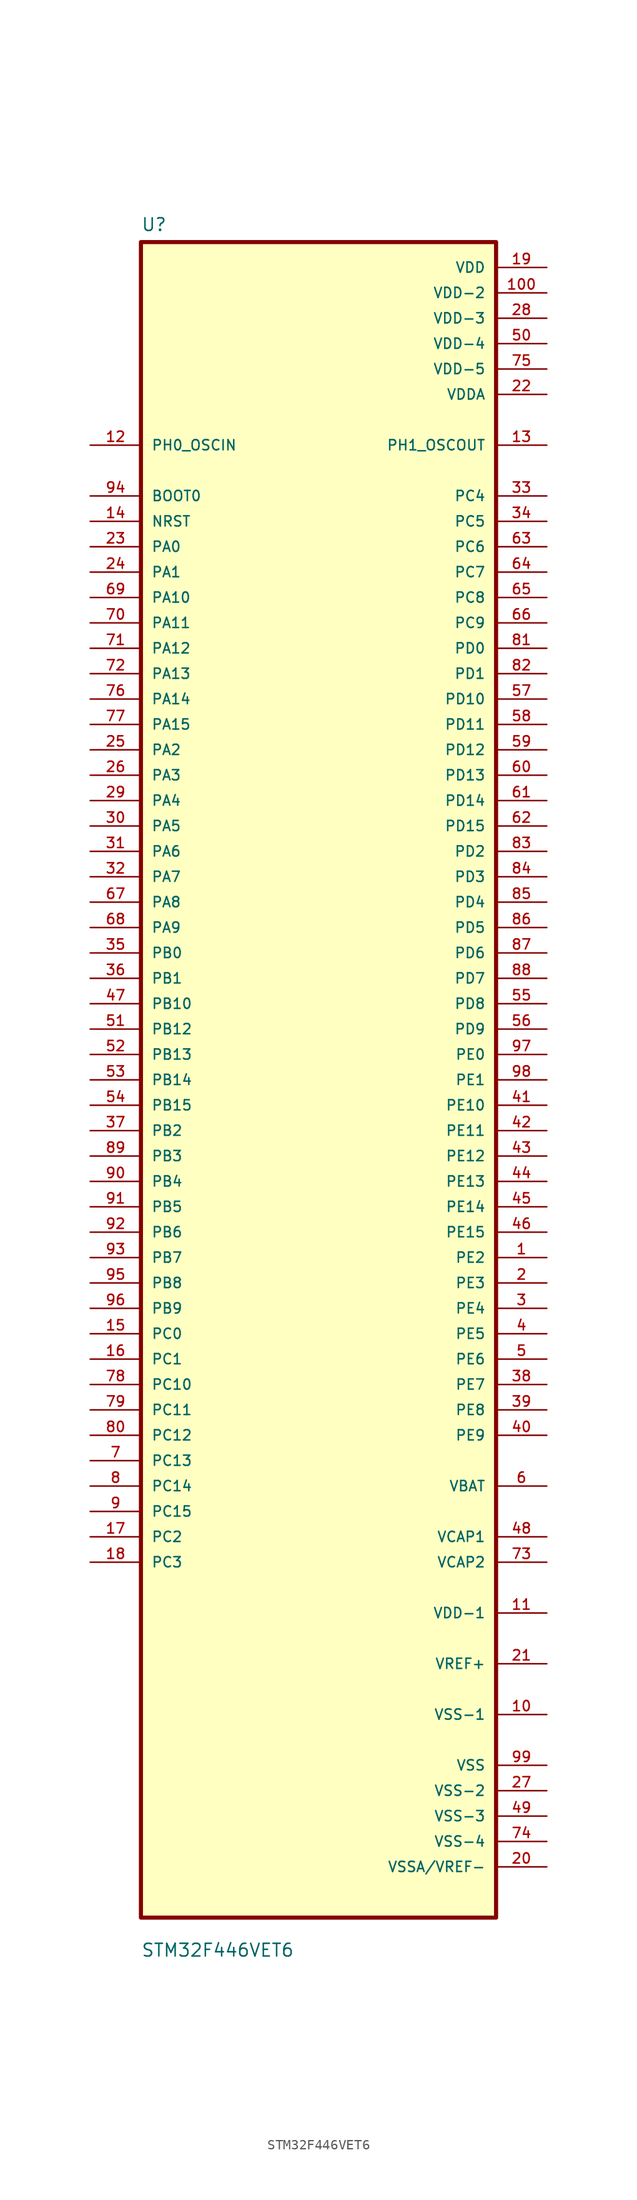
<source format=kicad_sym>
(kicad_symbol_lib
  (version 20211014)
  (generator kicad_symbol_editor)
  (symbol "STM32F446VET6"
    (pin_names
      (offset 1.016))
    (property "Reference" "U"
      (at -17.78 84.82 0.0)
      (effects (font (size 1.27 1.27)) (justify bottom left)))
    (property "Value" "STM32F446VET6"
      (at -17.78 -87.82 0.0)
      (effects (font (size 1.27 1.27)) (justify bottom left)))
    (symbol "STM32F446VET6_0_0"
      (rectangle (start -17.78 -83.82) (end 17.78 83.82) (stroke (width 0.41)) (fill (type background)))
      (pin input line (at -22.86 63.5 0) (length 5.08) (name "PH0_OSCIN" (effects (font (size 1.016 1.016)))) (number "12" (effects (font (size 1.016 1.016)))))
      (pin bidirectional line (at -22.86 58.42 0) (length 5.08) (name "BOOT0" (effects (font (size 1.016 1.016)))) (number "94" (effects (font (size 1.016 1.016)))))
      (pin bidirectional line (at -22.86 55.88 0) (length 5.08) (name "NRST" (effects (font (size 1.016 1.016)))) (number "14" (effects (font (size 1.016 1.016)))))
      (pin bidirectional line (at -22.86 53.34 0) (length 5.08) (name "PA0" (effects (font (size 1.016 1.016)))) (number "23" (effects (font (size 1.016 1.016)))))
      (pin bidirectional line (at -22.86 50.8 0) (length 5.08) (name "PA1" (effects (font (size 1.016 1.016)))) (number "24" (effects (font (size 1.016 1.016)))))
      (pin bidirectional line (at -22.86 48.26 0) (length 5.08) (name "PA10" (effects (font (size 1.016 1.016)))) (number "69" (effects (font (size 1.016 1.016)))))
      (pin bidirectional line (at -22.86 45.72 0) (length 5.08) (name "PA11" (effects (font (size 1.016 1.016)))) (number "70" (effects (font (size 1.016 1.016)))))
      (pin bidirectional line (at -22.86 43.18 0) (length 5.08) (name "PA12" (effects (font (size 1.016 1.016)))) (number "71" (effects (font (size 1.016 1.016)))))
      (pin bidirectional line (at -22.86 40.64 0) (length 5.08) (name "PA13" (effects (font (size 1.016 1.016)))) (number "72" (effects (font (size 1.016 1.016)))))
      (pin bidirectional line (at -22.86 38.1 0) (length 5.08) (name "PA14" (effects (font (size 1.016 1.016)))) (number "76" (effects (font (size 1.016 1.016)))))
      (pin bidirectional line (at -22.86 35.56 0) (length 5.08) (name "PA15" (effects (font (size 1.016 1.016)))) (number "77" (effects (font (size 1.016 1.016)))))
      (pin bidirectional line (at -22.86 33.02 0) (length 5.08) (name "PA2" (effects (font (size 1.016 1.016)))) (number "25" (effects (font (size 1.016 1.016)))))
      (pin bidirectional line (at -22.86 30.48 0) (length 5.08) (name "PA3" (effects (font (size 1.016 1.016)))) (number "26" (effects (font (size 1.016 1.016)))))
      (pin bidirectional line (at -22.86 27.94 0) (length 5.08) (name "PA4" (effects (font (size 1.016 1.016)))) (number "29" (effects (font (size 1.016 1.016)))))
      (pin bidirectional line (at -22.86 25.4 0) (length 5.08) (name "PA5" (effects (font (size 1.016 1.016)))) (number "30" (effects (font (size 1.016 1.016)))))
      (pin bidirectional line (at -22.86 22.86 0) (length 5.08) (name "PA6" (effects (font (size 1.016 1.016)))) (number "31" (effects (font (size 1.016 1.016)))))
      (pin bidirectional line (at -22.86 20.32 0) (length 5.08) (name "PA7" (effects (font (size 1.016 1.016)))) (number "32" (effects (font (size 1.016 1.016)))))
      (pin bidirectional line (at -22.86 17.78 0) (length 5.08) (name "PA8" (effects (font (size 1.016 1.016)))) (number "67" (effects (font (size 1.016 1.016)))))
      (pin bidirectional line (at -22.86 15.24 0) (length 5.08) (name "PA9" (effects (font (size 1.016 1.016)))) (number "68" (effects (font (size 1.016 1.016)))))
      (pin bidirectional line (at -22.86 12.7 0) (length 5.08) (name "PB0" (effects (font (size 1.016 1.016)))) (number "35" (effects (font (size 1.016 1.016)))))
      (pin bidirectional line (at -22.86 10.16 0) (length 5.08) (name "PB1" (effects (font (size 1.016 1.016)))) (number "36" (effects (font (size 1.016 1.016)))))
      (pin bidirectional line (at -22.86 7.62 0) (length 5.08) (name "PB10" (effects (font (size 1.016 1.016)))) (number "47" (effects (font (size 1.016 1.016)))))
      (pin bidirectional line (at -22.86 5.08 0) (length 5.08) (name "PB12" (effects (font (size 1.016 1.016)))) (number "51" (effects (font (size 1.016 1.016)))))
      (pin bidirectional line (at -22.86 2.54 0) (length 5.08) (name "PB13" (effects (font (size 1.016 1.016)))) (number "52" (effects (font (size 1.016 1.016)))))
      (pin bidirectional line (at -22.86 2.48689957516e-14 0) (length 5.08) (name "PB14" (effects (font (size 1.016 1.016)))) (number "53" (effects (font (size 1.016 1.016)))))
      (pin bidirectional line (at -22.86 -2.54 0) (length 5.08) (name "PB15" (effects (font (size 1.016 1.016)))) (number "54" (effects (font (size 1.016 1.016)))))
      (pin bidirectional line (at -22.86 -5.08 0) (length 5.08) (name "PB2" (effects (font (size 1.016 1.016)))) (number "37" (effects (font (size 1.016 1.016)))))
      (pin bidirectional line (at -22.86 -7.62 0) (length 5.08) (name "PB3" (effects (font (size 1.016 1.016)))) (number "89" (effects (font (size 1.016 1.016)))))
      (pin bidirectional line (at -22.86 -10.16 0) (length 5.08) (name "PB4" (effects (font (size 1.016 1.016)))) (number "90" (effects (font (size 1.016 1.016)))))
      (pin bidirectional line (at -22.86 -12.7 0) (length 5.08) (name "PB5" (effects (font (size 1.016 1.016)))) (number "91" (effects (font (size 1.016 1.016)))))
      (pin bidirectional line (at -22.86 -15.24 0) (length 5.08) (name "PB6" (effects (font (size 1.016 1.016)))) (number "92" (effects (font (size 1.016 1.016)))))
      (pin bidirectional line (at -22.86 -17.78 0) (length 5.08) (name "PB7" (effects (font (size 1.016 1.016)))) (number "93" (effects (font (size 1.016 1.016)))))
      (pin bidirectional line (at -22.86 -20.32 0) (length 5.08) (name "PB8" (effects (font (size 1.016 1.016)))) (number "95" (effects (font (size 1.016 1.016)))))
      (pin bidirectional line (at -22.86 -22.86 0) (length 5.08) (name "PB9" (effects (font (size 1.016 1.016)))) (number "96" (effects (font (size 1.016 1.016)))))
      (pin bidirectional line (at -22.86 -25.4 0) (length 5.08) (name "PC0" (effects (font (size 1.016 1.016)))) (number "15" (effects (font (size 1.016 1.016)))))
      (pin bidirectional line (at -22.86 -27.94 0) (length 5.08) (name "PC1" (effects (font (size 1.016 1.016)))) (number "16" (effects (font (size 1.016 1.016)))))
      (pin bidirectional line (at -22.86 -30.48 0) (length 5.08) (name "PC10" (effects (font (size 1.016 1.016)))) (number "78" (effects (font (size 1.016 1.016)))))
      (pin bidirectional line (at -22.86 -33.02 0) (length 5.08) (name "PC11" (effects (font (size 1.016 1.016)))) (number "79" (effects (font (size 1.016 1.016)))))
      (pin bidirectional line (at -22.86 -35.56 0) (length 5.08) (name "PC12" (effects (font (size 1.016 1.016)))) (number "80" (effects (font (size 1.016 1.016)))))
      (pin bidirectional line (at -22.86 -38.1 0) (length 5.08) (name "PC13" (effects (font (size 1.016 1.016)))) (number "7" (effects (font (size 1.016 1.016)))))
      (pin bidirectional line (at -22.86 -40.64 0) (length 5.08) (name "PC14" (effects (font (size 1.016 1.016)))) (number "8" (effects (font (size 1.016 1.016)))))
      (pin bidirectional line (at -22.86 -43.18 0) (length 5.08) (name "PC15" (effects (font (size 1.016 1.016)))) (number "9" (effects (font (size 1.016 1.016)))))
      (pin bidirectional line (at -22.86 -45.72 0) (length 5.08) (name "PC2" (effects (font (size 1.016 1.016)))) (number "17" (effects (font (size 1.016 1.016)))))
      (pin bidirectional line (at -22.86 -48.26 0) (length 5.08) (name "PC3" (effects (font (size 1.016 1.016)))) (number "18" (effects (font (size 1.016 1.016)))))
      (pin power_in line (at 22.86 81.28 180.0) (length 5.08) (name "VDD" (effects (font (size 1.016 1.016)))) (number "19" (effects (font (size 1.016 1.016)))))
      (pin power_in line (at 22.86 78.74 180.0) (length 5.08) (name "VDD-2" (effects (font (size 1.016 1.016)))) (number "100" (effects (font (size 1.016 1.016)))))
      (pin power_in line (at 22.86 76.2 180.0) (length 5.08) (name "VDD-3" (effects (font (size 1.016 1.016)))) (number "28" (effects (font (size 1.016 1.016)))))
      (pin power_in line (at 22.86 73.66 180.0) (length 5.08) (name "VDD-4" (effects (font (size 1.016 1.016)))) (number "50" (effects (font (size 1.016 1.016)))))
      (pin power_in line (at 22.86 71.12 180.0) (length 5.08) (name "VDD-5" (effects (font (size 1.016 1.016)))) (number "75" (effects (font (size 1.016 1.016)))))
      (pin power_in line (at 22.86 68.58 180.0) (length 5.08) (name "VDDA" (effects (font (size 1.016 1.016)))) (number "22" (effects (font (size 1.016 1.016)))))
      (pin output line (at 22.86 63.5 180.0) (length 5.08) (name "PH1_OSCOUT" (effects (font (size 1.016 1.016)))) (number "13" (effects (font (size 1.016 1.016)))))
      (pin bidirectional line (at 22.86 58.42 180.0) (length 5.08) (name "PC4" (effects (font (size 1.016 1.016)))) (number "33" (effects (font (size 1.016 1.016)))))
      (pin bidirectional line (at 22.86 55.88 180.0) (length 5.08) (name "PC5" (effects (font (size 1.016 1.016)))) (number "34" (effects (font (size 1.016 1.016)))))
      (pin bidirectional line (at 22.86 53.34 180.0) (length 5.08) (name "PC6" (effects (font (size 1.016 1.016)))) (number "63" (effects (font (size 1.016 1.016)))))
      (pin bidirectional line (at 22.86 50.8 180.0) (length 5.08) (name "PC7" (effects (font (size 1.016 1.016)))) (number "64" (effects (font (size 1.016 1.016)))))
      (pin bidirectional line (at 22.86 48.26 180.0) (length 5.08) (name "PC8" (effects (font (size 1.016 1.016)))) (number "65" (effects (font (size 1.016 1.016)))))
      (pin bidirectional line (at 22.86 45.72 180.0) (length 5.08) (name "PC9" (effects (font (size 1.016 1.016)))) (number "66" (effects (font (size 1.016 1.016)))))
      (pin bidirectional line (at 22.86 43.18 180.0) (length 5.08) (name "PD0" (effects (font (size 1.016 1.016)))) (number "81" (effects (font (size 1.016 1.016)))))
      (pin bidirectional line (at 22.86 40.64 180.0) (length 5.08) (name "PD1" (effects (font (size 1.016 1.016)))) (number "82" (effects (font (size 1.016 1.016)))))
      (pin bidirectional line (at 22.86 38.1 180.0) (length 5.08) (name "PD10" (effects (font (size 1.016 1.016)))) (number "57" (effects (font (size 1.016 1.016)))))
      (pin bidirectional line (at 22.86 35.56 180.0) (length 5.08) (name "PD11" (effects (font (size 1.016 1.016)))) (number "58" (effects (font (size 1.016 1.016)))))
      (pin bidirectional line (at 22.86 33.02 180.0) (length 5.08) (name "PD12" (effects (font (size 1.016 1.016)))) (number "59" (effects (font (size 1.016 1.016)))))
      (pin bidirectional line (at 22.86 30.48 180.0) (length 5.08) (name "PD13" (effects (font (size 1.016 1.016)))) (number "60" (effects (font (size 1.016 1.016)))))
      (pin bidirectional line (at 22.86 27.94 180.0) (length 5.08) (name "PD14" (effects (font (size 1.016 1.016)))) (number "61" (effects (font (size 1.016 1.016)))))
      (pin bidirectional line (at 22.86 25.4 180.0) (length 5.08) (name "PD15" (effects (font (size 1.016 1.016)))) (number "62" (effects (font (size 1.016 1.016)))))
      (pin bidirectional line (at 22.86 22.86 180.0) (length 5.08) (name "PD2" (effects (font (size 1.016 1.016)))) (number "83" (effects (font (size 1.016 1.016)))))
      (pin bidirectional line (at 22.86 20.32 180.0) (length 5.08) (name "PD3" (effects (font (size 1.016 1.016)))) (number "84" (effects (font (size 1.016 1.016)))))
      (pin bidirectional line (at 22.86 17.78 180.0) (length 5.08) (name "PD4" (effects (font (size 1.016 1.016)))) (number "85" (effects (font (size 1.016 1.016)))))
      (pin bidirectional line (at 22.86 15.24 180.0) (length 5.08) (name "PD5" (effects (font (size 1.016 1.016)))) (number "86" (effects (font (size 1.016 1.016)))))
      (pin bidirectional line (at 22.86 12.7 180.0) (length 5.08) (name "PD6" (effects (font (size 1.016 1.016)))) (number "87" (effects (font (size 1.016 1.016)))))
      (pin bidirectional line (at 22.86 10.16 180.0) (length 5.08) (name "PD7" (effects (font (size 1.016 1.016)))) (number "88" (effects (font (size 1.016 1.016)))))
      (pin bidirectional line (at 22.86 7.62 180.0) (length 5.08) (name "PD8" (effects (font (size 1.016 1.016)))) (number "55" (effects (font (size 1.016 1.016)))))
      (pin bidirectional line (at 22.86 5.08 180.0) (length 5.08) (name "PD9" (effects (font (size 1.016 1.016)))) (number "56" (effects (font (size 1.016 1.016)))))
      (pin bidirectional line (at 22.86 2.54 180.0) (length 5.08) (name "PE0" (effects (font (size 1.016 1.016)))) (number "97" (effects (font (size 1.016 1.016)))))
      (pin bidirectional line (at 22.86 -1.06581410364e-14 180.0) (length 5.08) (name "PE1" (effects (font (size 1.016 1.016)))) (number "98" (effects (font (size 1.016 1.016)))))
      (pin bidirectional line (at 22.86 -2.54 180.0) (length 5.08) (name "PE10" (effects (font (size 1.016 1.016)))) (number "41" (effects (font (size 1.016 1.016)))))
      (pin bidirectional line (at 22.86 -5.08 180.0) (length 5.08) (name "PE11" (effects (font (size 1.016 1.016)))) (number "42" (effects (font (size 1.016 1.016)))))
      (pin bidirectional line (at 22.86 -7.62 180.0) (length 5.08) (name "PE12" (effects (font (size 1.016 1.016)))) (number "43" (effects (font (size 1.016 1.016)))))
      (pin bidirectional line (at 22.86 -10.16 180.0) (length 5.08) (name "PE13" (effects (font (size 1.016 1.016)))) (number "44" (effects (font (size 1.016 1.016)))))
      (pin bidirectional line (at 22.86 -12.7 180.0) (length 5.08) (name "PE14" (effects (font (size 1.016 1.016)))) (number "45" (effects (font (size 1.016 1.016)))))
      (pin bidirectional line (at 22.86 -15.24 180.0) (length 5.08) (name "PE15" (effects (font (size 1.016 1.016)))) (number "46" (effects (font (size 1.016 1.016)))))
      (pin bidirectional line (at 22.86 -17.78 180.0) (length 5.08) (name "PE2" (effects (font (size 1.016 1.016)))) (number "1" (effects (font (size 1.016 1.016)))))
      (pin bidirectional line (at 22.86 -20.32 180.0) (length 5.08) (name "PE3" (effects (font (size 1.016 1.016)))) (number "2" (effects (font (size 1.016 1.016)))))
      (pin bidirectional line (at 22.86 -22.86 180.0) (length 5.08) (name "PE4" (effects (font (size 1.016 1.016)))) (number "3" (effects (font (size 1.016 1.016)))))
      (pin bidirectional line (at 22.86 -25.4 180.0) (length 5.08) (name "PE5" (effects (font (size 1.016 1.016)))) (number "4" (effects (font (size 1.016 1.016)))))
      (pin bidirectional line (at 22.86 -27.94 180.0) (length 5.08) (name "PE6" (effects (font (size 1.016 1.016)))) (number "5" (effects (font (size 1.016 1.016)))))
      (pin bidirectional line (at 22.86 -30.48 180.0) (length 5.08) (name "PE7" (effects (font (size 1.016 1.016)))) (number "38" (effects (font (size 1.016 1.016)))))
      (pin bidirectional line (at 22.86 -33.02 180.0) (length 5.08) (name "PE8" (effects (font (size 1.016 1.016)))) (number "39" (effects (font (size 1.016 1.016)))))
      (pin bidirectional line (at 22.86 -35.56 180.0) (length 5.08) (name "PE9" (effects (font (size 1.016 1.016)))) (number "40" (effects (font (size 1.016 1.016)))))
      (pin bidirectional line (at 22.86 -40.64 180.0) (length 5.08) (name "VBAT" (effects (font (size 1.016 1.016)))) (number "6" (effects (font (size 1.016 1.016)))))
      (pin bidirectional line (at 22.86 -45.72 180.0) (length 5.08) (name "VCAP1" (effects (font (size 1.016 1.016)))) (number "48" (effects (font (size 1.016 1.016)))))
      (pin bidirectional line (at 22.86 -48.26 180.0) (length 5.08) (name "VCAP2" (effects (font (size 1.016 1.016)))) (number "73" (effects (font (size 1.016 1.016)))))
      (pin bidirectional line (at 22.86 -53.34 180.0) (length 5.08) (name "VDD-1" (effects (font (size 1.016 1.016)))) (number "11" (effects (font (size 1.016 1.016)))))
      (pin bidirectional line (at 22.86 -58.42 180.0) (length 5.08) (name "VREF+" (effects (font (size 1.016 1.016)))) (number "21" (effects (font (size 1.016 1.016)))))
      (pin bidirectional line (at 22.86 -63.5 180.0) (length 5.08) (name "VSS-1" (effects (font (size 1.016 1.016)))) (number "10" (effects (font (size 1.016 1.016)))))
      (pin power_in line (at 22.86 -68.58 180.0) (length 5.08) (name "VSS" (effects (font (size 1.016 1.016)))) (number "99" (effects (font (size 1.016 1.016)))))
      (pin power_in line (at 22.86 -71.12 180.0) (length 5.08) (name "VSS-2" (effects (font (size 1.016 1.016)))) (number "27" (effects (font (size 1.016 1.016)))))
      (pin power_in line (at 22.86 -73.66 180.0) (length 5.08) (name "VSS-3" (effects (font (size 1.016 1.016)))) (number "49" (effects (font (size 1.016 1.016)))))
      (pin power_in line (at 22.86 -76.2 180.0) (length 5.08) (name "VSS-4" (effects (font (size 1.016 1.016)))) (number "74" (effects (font (size 1.016 1.016)))))
      (pin power_in line (at 22.86 -78.74 180.0) (length 5.08) (name "VSSA/VREF-" (effects (font (size 1.016 1.016)))) (number "20" (effects (font (size 1.016 1.016))))))))
</source>
